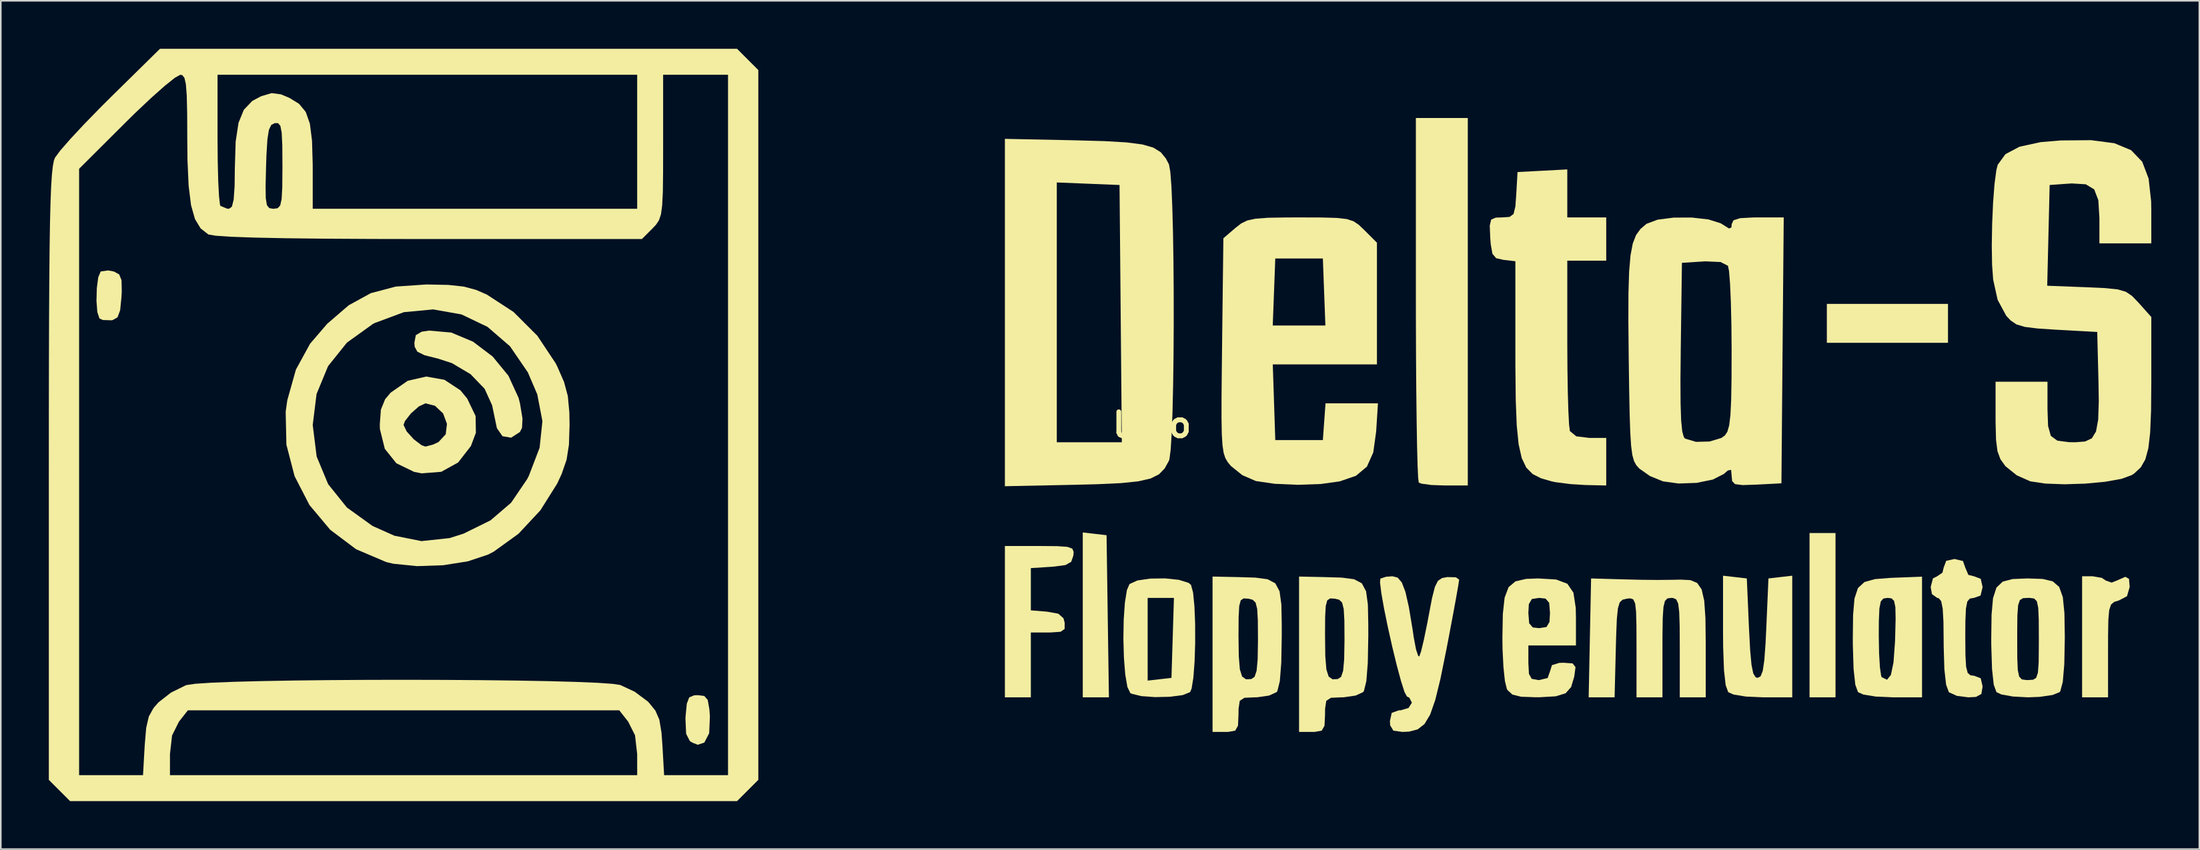
<source format=kicad_pcb>
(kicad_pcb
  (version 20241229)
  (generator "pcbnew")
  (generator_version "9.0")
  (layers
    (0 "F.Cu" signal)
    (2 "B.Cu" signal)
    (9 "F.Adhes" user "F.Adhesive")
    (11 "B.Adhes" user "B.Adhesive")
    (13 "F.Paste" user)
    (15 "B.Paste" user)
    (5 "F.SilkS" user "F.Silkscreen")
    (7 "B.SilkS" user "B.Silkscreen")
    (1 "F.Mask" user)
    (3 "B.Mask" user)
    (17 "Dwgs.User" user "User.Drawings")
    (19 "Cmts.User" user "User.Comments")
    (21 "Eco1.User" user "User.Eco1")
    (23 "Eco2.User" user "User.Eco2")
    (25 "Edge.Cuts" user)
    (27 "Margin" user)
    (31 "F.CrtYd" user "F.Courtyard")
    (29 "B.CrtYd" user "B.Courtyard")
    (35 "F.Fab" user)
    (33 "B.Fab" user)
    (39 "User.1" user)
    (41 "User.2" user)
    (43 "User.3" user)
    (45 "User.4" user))
  (footprint "logo"
    (layer "F.Cu")
    (at 68.904 23.509)
    (property "Reference" "logo" (at 0 0 0) (layer "F.SilkS") (effects (font (size 1.5 1.5) (thickness 0.3))))
    (attr board_only exclude_from_pos_files exclude_from_bom)
    (fp_poly (pts (xy -3.58 6.805) (xy -2.837 6.89) (xy -2.764 11.957) (xy -2.69 17.023) (xy -3.507 17.023) (xy -4.323 17.023) (xy -4.323 11.871) (xy -4.323 6.719)) (stroke (width 0) (type solid)) (fill yes) (layer "F.SilkS"))
    (fp_poly (pts (xy 42.694 11.889) (xy 42.694 17.023) (xy 41.883 17.023) (xy 41.072 17.023) (xy 41.072 11.889) (xy 41.072 6.755) (xy 41.883 6.755) (xy 42.694 6.755)) (stroke (width 0) (type solid)) (fill yes) (layer "F.SilkS"))
    (fp_poly (pts (xy 49.719 -6.35) (xy 49.719 -5.134) (xy 45.936 -5.134) (xy 42.153 -5.134) (xy 42.153 -6.35) (xy 42.153 -7.566) (xy 45.936 -7.566) (xy 49.719 -7.566)) (stroke (width 0) (type solid)) (fill yes) (layer "F.SilkS"))
    (fp_poly (pts (xy -27.964 16.94) (xy -27.749 17.186) (xy -27.646 17.766) (xy -27.613 18.213) (xy -27.658 19.267) (xy -27.961 19.851) (xy -28.372 19.987) (xy -28.691 19.862) (xy -28.862 19.763) (xy -29.098 19.301) (xy -29.14 18.349) (xy -29.132 18.213) (xy -29.055 17.419) (xy -28.905 17.027) (xy -28.601 16.898) (xy -28.372 16.888)) (stroke (width 0) (type solid)) (fill yes) (layer "F.SilkS"))
    (fp_poly (pts (xy 19.726 -7.701) (xy 19.726 3.783) (xy 18.284 3.783) (xy 17.443 3.752) (xy 16.84 3.671) (xy 16.663 3.603) (xy 16.625 3.303) (xy 16.589 2.519) (xy 16.557 1.309) (xy 16.53 -0.27) (xy 16.508 -2.16) (xy 16.492 -4.306) (xy 16.484 -6.649) (xy 16.483 -7.881) (xy 16.483 -19.185) (xy 18.104 -19.185) (xy 19.726 -19.185)) (stroke (width 0) (type solid)) (fill yes) (layer "F.SilkS"))
    (fp_poly (pts (xy -64.835 -9.588) (xy -64.511 -9.41) (xy -64.363 -9.048) (xy -64.348 -8.351) (xy -64.365 -8.016) (xy -64.448 -7.172) (xy -64.611 -6.73) (xy -64.912 -6.556) (xy -64.997 -6.541) (xy -65.534 -6.559) (xy -65.74 -6.654) (xy -65.874 -7.051) (xy -65.928 -7.752) (xy -65.907 -8.548) (xy -65.817 -9.231) (xy -65.665 -9.591) (xy -65.659 -9.594) (xy -65.202 -9.657)) (stroke (width 0) (type solid)) (fill yes) (layer "F.SilkS"))
    (fp_poly (pts (xy 59.328 9.557) (xy 59.582 9.728) (xy 59.941 9.852) (xy 60.256 9.728) (xy 60.798 9.491) (xy 61.025 9.62) (xy 61.068 10.128) (xy 60.899 10.704) (xy 60.393 10.968) (xy 60.096 11.061) (xy 59.903 11.228) (xy 59.789 11.569) (xy 59.735 12.186) (xy 59.718 13.176) (xy 59.717 14.08) (xy 59.717 17.023) (xy 58.906 17.023) (xy 58.096 17.023) (xy 58.096 13.24) (xy 58.096 9.457) (xy 58.755 9.457)) (stroke (width 0) (type solid)) (fill yes) (layer "F.SilkS"))
    (fp_poly (pts (xy -43.768 -5.775) (xy -42.41 -5.206) (xy -41.183 -4.277) (xy -40.198 -3.077) (xy -39.563 -1.693) (xy -39.477 -1.356) (xy -39.318 -0.399) (xy -39.348 0.185) (xy -39.48 0.44) (xy -40.029 0.796) (xy -40.57 0.703) (xy -40.916 0.202) (xy -40.932 0.135) (xy -41.105 -0.697) (xy -41.216 -1.229) (xy -41.684 -2.259) (xy -42.564 -3.175) (xy -43.729 -3.865) (xy -44.585 -4.142) (xy -45.44 -4.359) (xy -45.887 -4.58) (xy -46.054 -4.889) (xy -46.071 -5.14) (xy -45.983 -5.61) (xy -45.615 -5.829) (xy -45.15 -5.897)) (stroke (width 0) (type solid)) (fill yes) (layer "F.SilkS"))
    (fp_poly (pts (xy 39.991 13.222) (xy 39.991 17.023) (xy 38.154 17.023) (xy 37.104 16.976) (xy 36.326 16.849) (xy 35.992 16.699) (xy 35.833 16.262) (xy 35.727 15.317) (xy 35.675 13.852) (xy 35.668 12.898) (xy 35.668 9.422) (xy 36.411 9.507) (xy 37.154 9.593) (xy 37.289 12.7) (xy 37.362 14.075) (xy 37.446 14.991) (xy 37.556 15.529) (xy 37.706 15.771) (xy 37.83 15.807) (xy 38.013 15.712) (xy 38.148 15.372) (xy 38.247 14.706) (xy 38.325 13.633) (xy 38.37 12.7) (xy 38.505 9.593) (xy 39.248 9.507) (xy 39.991 9.422)) (stroke (width 0) (type solid)) (fill yes) (layer "F.SilkS"))
    (fp_poly (pts (xy -5.93 7.574) (xy -5.289 7.618) (xy -4.978 7.728) (xy -4.892 7.935) (xy -4.913 8.174) (xy -5.046 8.554) (xy -5.402 8.756) (xy -6.13 8.854) (xy -6.282 8.864) (xy -7.566 8.947) (xy -7.566 10.267) (xy -7.566 11.587) (xy -6.553 11.67) (xy -5.85 11.796) (xy -5.528 12.082) (xy -5.453 12.362) (xy -5.457 12.751) (xy -5.71 12.926) (xy -6.347 12.97) (xy -6.466 12.97) (xy -7.566 12.97) (xy -7.566 14.997) (xy -7.566 17.023) (xy -8.377 17.023) (xy -9.187 17.023) (xy -9.187 12.295) (xy -9.187 7.566) (xy -7.007 7.566)) (stroke (width 0) (type solid)) (fill yes) (layer "F.SilkS"))
    (fp_poly (pts (xy -44.195 -2.823) (xy -43.195 -2.164) (xy -42.771 -1.649) (xy -42.248 -0.557) (xy -42.23 0.489) (xy -42.541 1.317) (xy -43.338 2.346) (xy -44.392 2.928) (xy -45.618 3.025) (xy -46.086 2.934) (xy -47.197 2.394) (xy -47.919 1.491) (xy -48.224 0.261) (xy -48.232 0) (xy -46.747 0) (xy -46.552 0.407) (xy -46.107 0.898) (xy -45.617 1.27) (xy -45.378 1.351) (xy -44.922 1.233) (xy -44.567 1.071) (xy -44.114 0.582) (xy -44.036 -0.069) (xy -44.277 -0.717) (xy -44.783 -1.198) (xy -45.378 -1.351) (xy -45.79 -1.159) (xy -46.288 -0.72) (xy -46.665 -0.236) (xy -46.747 0) (xy -48.232 0) (xy -48.233 -0.016) (xy -48.163 -0.957) (xy -47.9 -1.607) (xy -47.55 -2.022) (xy -46.486 -2.761) (xy -45.33 -3.025)) (stroke (width 0) (type solid)) (fill yes) (layer "F.SilkS"))
    (fp_poly (pts (xy 1.683 9.68) (xy 2.29 9.87) (xy 2.438 9.998) (xy 2.566 10.472) (xy 2.651 11.325) (xy 2.695 12.421) (xy 2.698 13.621) (xy 2.661 14.789) (xy 2.586 15.787) (xy 2.475 16.476) (xy 2.378 16.699) (xy 1.921 16.883) (xy 1.127 16.988) (xy 0.195 17.01) (xy -0.676 16.946) (xy -1.289 16.793) (xy -1.351 16.759) (xy -1.535 16.381) (xy -1.669 15.599) (xy -1.753 14.546) (xy -1.786 13.358) (xy -1.766 12.167) (xy -1.693 11.109) (xy -1.645 10.809) (xy -0.27 10.809) (xy -0.27 13.393) (xy -0.27 15.978) (xy 0.473 15.893) (xy 1.216 15.807) (xy 1.294 13.308) (xy 1.371 10.809) (xy 0.551 10.809) (xy -0.27 10.809) (xy -1.645 10.809) (xy -1.565 10.316) (xy -1.405 9.944) (xy -0.909 9.719) (xy -0.104 9.602) (xy 0.822 9.589)) (stroke (width 0) (type solid)) (fill yes) (layer "F.SilkS"))
    (fp_poly (pts (xy 48.098 13.252) (xy 48.098 17.023) (xy 46.26 17.023) (xy 45.211 16.976) (xy 44.432 16.849) (xy 44.099 16.699) (xy 43.93 16.234) (xy 43.822 15.247) (xy 43.776 13.752) (xy 43.774 13.355) (xy 43.776 13.195) (xy 45.396 13.195) (xy 45.416 14.284) (xy 45.468 15.158) (xy 45.545 15.683) (xy 45.582 15.768) (xy 45.911 15.924) (xy 46.153 15.623) (xy 46.316 14.841) (xy 46.41 13.551) (xy 46.419 13.286) (xy 46.448 12.12) (xy 46.433 11.391) (xy 46.354 10.998) (xy 46.193 10.838) (xy 45.946 10.809) (xy 45.683 10.848) (xy 45.52 11.034) (xy 45.434 11.472) (xy 45.401 12.266) (xy 45.396 13.195) (xy 43.776 13.195) (xy 43.791 11.876) (xy 43.878 10.851) (xy 44.096 10.193) (xy 44.504 9.816) (xy 45.16 9.634) (xy 46.123 9.558) (xy 46.369 9.548) (xy 48.098 9.481)) (stroke (width 0) (type solid)) (fill yes) (layer "F.SilkS"))
    (fp_poly (pts (xy -4.796 -17.79) (xy -2.965 -17.739) (xy -1.595 -17.66) (xy -0.606 -17.532) (xy 0.081 -17.335) (xy 0.547 -17.047) (xy 0.871 -16.65) (xy 1.062 -16.282) (xy 1.144 -15.829) (xy 1.214 -14.917) (xy 1.269 -13.628) (xy 1.312 -12.042) (xy 1.341 -10.241) (xy 1.356 -8.307) (xy 1.358 -6.32) (xy 1.346 -4.361) (xy 1.321 -2.513) (xy 1.283 -0.857) (xy 1.231 0.527) (xy 1.166 1.557) (xy 1.087 2.152) (xy 1.062 2.231) (xy 0.791 2.721) (xy 0.436 3.086) (xy -0.084 3.346) (xy -0.847 3.522) (xy -1.934 3.635) (xy -3.423 3.704) (xy -4.796 3.739) (xy -9.187 3.829) (xy -9.187 -7.026) (xy -9.187 -15.156) (xy -5.945 -15.156) (xy -5.945 -7.037) (xy -5.945 1.081) (xy -3.914 1.081) (xy -1.883 1.081) (xy -1.955 -6.958) (xy -2.027 -14.997) (xy -3.986 -15.076) (xy -5.945 -15.156) (xy -9.187 -15.156) (xy -9.187 -17.881)) (stroke (width 0) (type solid)) (fill yes) (layer "F.SilkS"))
    (fp_poly (pts (xy 50.654 8.503) (xy 50.8 8.917) (xy 50.991 9.369) (xy 51.34 9.457) (xy 51.764 9.616) (xy 51.881 10.133) (xy 51.754 10.663) (xy 51.34 10.809) (xy 51.084 10.849) (xy 50.924 11.04) (xy 50.839 11.483) (xy 50.805 12.282) (xy 50.8 13.24) (xy 50.809 14.396) (xy 50.851 15.114) (xy 50.95 15.497) (xy 51.127 15.649) (xy 51.34 15.672) (xy 51.764 15.831) (xy 51.881 16.348) (xy 51.804 16.814) (xy 51.467 16.998) (xy 50.989 17.023) (xy 50.273 16.931) (xy 49.781 16.706) (xy 49.773 16.699) (xy 49.602 16.235) (xy 49.493 15.267) (xy 49.45 13.828) (xy 49.449 13.592) (xy 49.436 12.31) (xy 49.389 11.481) (xy 49.295 11.016) (xy 49.142 10.827) (xy 49.044 10.809) (xy 48.718 10.574) (xy 48.638 10.133) (xy 48.779 9.59) (xy 49.044 9.457) (xy 49.374 9.232) (xy 49.449 8.917) (xy 49.607 8.493) (xy 50.124 8.377)) (stroke (width 0) (type solid)) (fill yes) (layer "F.SilkS"))
    (fp_poly (pts (xy 29.183 9.643) (xy 30.528 9.677) (xy 31.578 9.687) (xy 32.579 9.677) (xy 33.026 9.667) (xy 33.629 9.698) (xy 34.054 9.876) (xy 34.332 10.28) (xy 34.494 10.987) (xy 34.569 12.075) (xy 34.587 13.623) (xy 34.587 13.679) (xy 34.587 17.023) (xy 33.777 17.023) (xy 32.966 17.023) (xy 32.966 13.916) (xy 32.96 12.581) (xy 32.932 11.695) (xy 32.867 11.166) (xy 32.747 10.903) (xy 32.558 10.816) (xy 32.426 10.809) (xy 32.193 10.841) (xy 32.039 11.001) (xy 31.947 11.379) (xy 31.902 12.067) (xy 31.886 13.156) (xy 31.885 13.916) (xy 31.885 17.023) (xy 31.074 17.023) (xy 30.264 17.023) (xy 30.264 13.897) (xy 30.26 12.561) (xy 30.237 11.676) (xy 30.178 11.153) (xy 30.063 10.903) (xy 29.876 10.837) (xy 29.656 10.857) (xy 29.392 10.922) (xy 29.214 11.09) (xy 29.103 11.456) (xy 29.036 12.118) (xy 28.993 13.169) (xy 28.971 13.984) (xy 28.895 17.023) (xy 28.086 17.023) (xy 27.276 17.023) (xy 27.351 13.308) (xy 27.427 9.593)) (stroke (width 0) (type solid)) (fill yes) (layer "F.SilkS"))
    (fp_poly (pts (xy 5.337 9.508) (xy 6.452 9.541) (xy 7.219 9.642) (xy 7.703 9.898) (xy 7.968 10.395) (xy 8.081 11.22) (xy 8.106 12.46) (xy 8.106 13.18) (xy 8.076 14.859) (xy 7.986 16.007) (xy 7.835 16.623) (xy 7.782 16.699) (xy 7.313 16.913) (xy 6.577 17.02) (xy 6.431 17.023) (xy 5.774 17.052) (xy 5.482 17.241) (xy 5.407 17.747) (xy 5.404 18.104) (xy 5.372 18.797) (xy 5.199 19.105) (xy 4.768 19.183) (xy 4.594 19.185) (xy 3.783 19.185) (xy 3.783 14.33) (xy 3.783 13.177) (xy 5.404 13.177) (xy 5.421 14.451) (xy 5.488 15.272) (xy 5.63 15.725) (xy 5.873 15.896) (xy 6.202 15.881) (xy 6.407 15.745) (xy 6.534 15.37) (xy 6.6 14.658) (xy 6.62 13.514) (xy 6.62 13.372) (xy 6.612 12.218) (xy 6.571 11.497) (xy 6.471 11.101) (xy 6.285 10.923) (xy 6.012 10.857) (xy 5.723 10.841) (xy 5.544 10.961) (xy 5.449 11.316) (xy 5.411 12.008) (xy 5.404 13.138) (xy 5.404 13.177) (xy 3.783 13.177) (xy 3.783 9.475)) (stroke (width 0) (type solid)) (fill yes) (layer "F.SilkS"))
    (fp_poly (pts (xy 10.741 9.508) (xy 11.857 9.541) (xy 12.624 9.642) (xy 13.107 9.898) (xy 13.372 10.395) (xy 13.485 11.22) (xy 13.51 12.46) (xy 13.511 13.18) (xy 13.48 14.859) (xy 13.39 16.007) (xy 13.239 16.623) (xy 13.186 16.699) (xy 12.718 16.913) (xy 11.981 17.02) (xy 11.835 17.023) (xy 11.178 17.052) (xy 10.886 17.241) (xy 10.811 17.747) (xy 10.809 18.104) (xy 10.776 18.797) (xy 10.603 19.105) (xy 10.172 19.183) (xy 9.998 19.185) (xy 9.187 19.185) (xy 9.187 14.33) (xy 9.187 13.177) (xy 10.809 13.177) (xy 10.825 14.451) (xy 10.892 15.272) (xy 11.034 15.725) (xy 11.277 15.896) (xy 11.606 15.881) (xy 11.811 15.745) (xy 11.938 15.37) (xy 12.004 14.658) (xy 12.024 13.514) (xy 12.024 13.372) (xy 12.017 12.218) (xy 11.975 11.497) (xy 11.875 11.101) (xy 11.69 10.923) (xy 11.416 10.857) (xy 11.127 10.841) (xy 10.948 10.961) (xy 10.853 11.316) (xy 10.815 12.008) (xy 10.809 13.138) (xy 10.809 13.177) (xy 9.187 13.177) (xy 9.187 9.475)) (stroke (width 0) (type solid)) (fill yes) (layer "F.SilkS"))
    (fp_poly (pts (xy 25.94 -14.47) (xy 25.94 -12.97) (xy 27.156 -12.97) (xy 28.372 -12.97) (xy 28.372 -11.619) (xy 28.372 -10.268) (xy 27.156 -10.268) (xy 25.94 -10.268) (xy 25.94 -5.156) (xy 25.949 -3.525) (xy 25.972 -2.063) (xy 26.008 -0.863) (xy 26.052 -0.017) (xy 26.104 0.382) (xy 26.104 0.383) (xy 26.502 0.71) (xy 27.32 0.811) (xy 28.372 0.811) (xy 28.372 2.297) (xy 28.372 3.783) (xy 27.089 3.755) (xy 26.107 3.694) (xy 25.202 3.576) (xy 24.971 3.528) (xy 24.3 3.334) (xy 23.776 3.068) (xy 23.379 2.666) (xy 23.093 2.066) (xy 22.9 1.204) (xy 22.782 0.018) (xy 22.721 -1.556) (xy 22.699 -3.581) (xy 22.698 -4.567) (xy 22.698 -10.232) (xy 21.955 -10.318) (xy 21.5 -10.421) (xy 21.265 -10.695) (xy 21.159 -11.292) (xy 21.129 -11.687) (xy 21.097 -12.46) (xy 21.186 -12.836) (xy 21.477 -12.959) (xy 21.858 -12.97) (xy 22.332 -13.001) (xy 22.583 -13.184) (xy 22.698 -13.655) (xy 22.751 -14.389) (xy 22.833 -15.807) (xy 24.387 -15.888) (xy 25.94 -15.97)) (stroke (width 0) (type solid)) (fill yes) (layer "F.SilkS"))
    (fp_poly (pts (xy 15.342 9.54) (xy 15.602 9.838) (xy 15.828 10.426) (xy 16.044 11.378) (xy 16.276 12.77) (xy 16.358 13.32) (xy 16.494 14.036) (xy 16.631 14.437) (xy 16.696 14.469) (xy 16.807 14.153) (xy 16.98 13.434) (xy 17.184 12.443) (xy 17.276 11.957) (xy 17.491 10.827) (xy 17.67 10.124) (xy 17.862 9.74) (xy 18.118 9.569) (xy 18.446 9.507) (xy 18.981 9.521) (xy 19.185 9.665) (xy 19.136 10.002) (xy 19.001 10.773) (xy 18.798 11.88) (xy 18.544 13.228) (xy 18.381 14.074) (xy 18.019 15.861) (xy 17.696 17.181) (xy 17.375 18.103) (xy 17.019 18.695) (xy 16.593 19.027) (xy 16.058 19.166) (xy 15.642 19.185) (xy 15.077 19.106) (xy 14.877 18.773) (xy 14.862 18.51) (xy 14.973 17.995) (xy 15.413 17.837) (xy 15.537 17.834) (xy 16.027 17.685) (xy 16.233 17.36) (xy 16.074 17.044) (xy 15.924 16.972) (xy 15.773 16.691) (xy 15.552 15.997) (xy 15.286 15.009) (xy 15.004 13.848) (xy 14.732 12.631) (xy 14.496 11.479) (xy 14.325 10.51) (xy 14.244 9.843) (xy 14.265 9.604) (xy 14.623 9.487) (xy 15.019 9.457)) (stroke (width 0) (type solid)) (fill yes) (layer "F.SilkS"))
    (fp_poly (pts (xy 25.242 9.659) (xy 25.945 9.924) (xy 26.323 10.481) (xy 26.468 11.428) (xy 26.481 12.058) (xy 26.481 13.781) (xy 24.995 13.781) (xy 23.509 13.781) (xy 23.509 14.862) (xy 23.545 15.558) (xy 23.719 15.868) (xy 24.125 15.942) (xy 24.184 15.943) (xy 24.714 15.816) (xy 24.86 15.402) (xy 24.981 15.013) (xy 25.438 14.87) (xy 25.704 14.862) (xy 26.273 14.903) (xy 26.454 15.136) (xy 26.375 15.726) (xy 26.18 16.381) (xy 25.835 16.77) (xy 25.217 16.96) (xy 24.206 17.018) (xy 23.991 17.019) (xy 23.055 16.986) (xy 22.51 16.85) (xy 22.208 16.572) (xy 22.167 16.501) (xy 22.046 16.014) (xy 21.952 15.133) (xy 21.896 14.007) (xy 21.887 13.31) (xy 21.914 11.823) (xy 21.921 11.754) (xy 23.509 11.754) (xy 23.559 12.394) (xy 23.786 12.656) (xy 24.184 12.7) (xy 24.641 12.629) (xy 24.828 12.311) (xy 24.86 11.754) (xy 24.809 11.115) (xy 24.582 10.853) (xy 24.184 10.809) (xy 23.727 10.879) (xy 23.54 11.197) (xy 23.509 11.754) (xy 21.921 11.754) (xy 22.026 10.793) (xy 22.273 10.137) (xy 22.705 9.774) (xy 23.372 9.62) (xy 24.121 9.593)) (stroke (width 0) (type solid)) (fill yes) (layer "F.SilkS"))
    (fp_poly (pts (xy 55.629 9.624) (xy 56.262 9.774) (xy 56.666 10.125) (xy 56.892 10.761) (xy 56.992 11.764) (xy 57.015 13.218) (xy 57.015 13.355) (xy 56.983 14.96) (xy 56.889 16.061) (xy 56.733 16.642) (xy 56.691 16.699) (xy 56.254 16.876) (xy 55.459 16.993) (xy 54.718 17.023) (xy 53.769 16.972) (xy 53.041 16.839) (xy 52.746 16.699) (xy 52.577 16.234) (xy 52.469 15.247) (xy 52.423 13.752) (xy 52.421 13.376) (xy 54.043 13.376) (xy 54.047 14.565) (xy 54.079 15.315) (xy 54.165 15.727) (xy 54.331 15.902) (xy 54.604 15.942) (xy 54.718 15.943) (xy 55.031 15.925) (xy 55.228 15.804) (xy 55.337 15.478) (xy 55.383 14.848) (xy 55.393 13.81) (xy 55.394 13.376) (xy 55.389 12.186) (xy 55.357 11.436) (xy 55.271 11.024) (xy 55.105 10.849) (xy 54.832 10.809) (xy 54.718 10.809) (xy 54.405 10.826) (xy 54.208 10.947) (xy 54.099 11.273) (xy 54.053 11.904) (xy 54.043 12.941) (xy 54.043 13.376) (xy 52.421 13.376) (xy 52.421 13.355) (xy 52.441 11.862) (xy 52.532 10.826) (xy 52.747 10.164) (xy 53.135 9.793) (xy 53.747 9.631) (xy 54.635 9.593) (xy 54.718 9.593)) (stroke (width 0) (type solid)) (fill yes) (layer "F.SilkS"))
    (fp_poly (pts (xy 10.595 -12.966) (xy 11.539 -12.939) (xy 12.167 -12.868) (xy 12.591 -12.73) (xy 12.923 -12.504) (xy 13.261 -12.18) (xy 14.051 -11.391) (xy 14.051 -7.587) (xy 14.051 -3.783) (xy 10.798 -3.783) (xy 7.545 -3.783) (xy 7.623 -1.419) (xy 7.701 0.946) (xy 9.187 0.946) (xy 10.673 0.946) (xy 10.756 -0.203) (xy 10.84 -1.351) (xy 12.477 -1.351) (xy 14.114 -1.351) (xy 14.002 0.411) (xy 13.821 1.718) (xy 13.425 2.605) (xy 12.74 3.177) (xy 11.727 3.526) (xy 10.551 3.69) (xy 9.109 3.741) (xy 7.665 3.678) (xy 6.489 3.506) (xy 5.643 3.138) (xy 4.925 2.561) (xy 4.923 2.558) (xy 4.73 2.322) (xy 4.583 2.073) (xy 4.475 1.742) (xy 4.403 1.259) (xy 4.36 0.555) (xy 4.343 -0.44) (xy 4.345 -1.793) (xy 4.362 -3.575) (xy 4.378 -4.918) (xy 4.393 -6.215) (xy 7.543 -6.215) (xy 9.187 -6.215) (xy 10.831 -6.215) (xy 10.752 -8.309) (xy 10.673 -10.403) (xy 9.187 -10.403) (xy 7.701 -10.403) (xy 7.622 -8.309) (xy 7.543 -6.215) (xy 4.393 -6.215) (xy 4.459 -11.667) (xy 5.217 -12.318) (xy 5.574 -12.595) (xy 5.956 -12.781) (xy 6.475 -12.892) (xy 7.244 -12.949) (xy 8.377 -12.968) (xy 9.223 -12.97)) (stroke (width 0) (type solid)) (fill yes) (layer "F.SilkS"))
    (fp_poly (pts (xy -43.948 -8.752) (xy -42.993 -8.649) (xy -42.216 -8.44) (xy -41.545 -8.148) (xy -39.875 -7.06) (xy -38.394 -5.579) (xy -37.245 -3.852) (xy -37.152 -3.667) (xy -36.724 -2.69) (xy -36.487 -1.807) (xy -36.391 -0.775) (xy -36.379 0) (xy -36.417 1.234) (xy -36.565 2.175) (xy -36.874 3.067) (xy -37.152 3.667) (xy -38.201 5.336) (xy -39.568 6.801) (xy -41.106 7.912) (xy -41.47 8.103) (xy -42.725 8.522) (xy -44.276 8.768) (xy -45.902 8.824) (xy -47.381 8.675) (xy -47.829 8.569) (xy -49.713 7.767) (xy -51.328 6.552) (xy -52.625 5.004) (xy -53.553 3.204) (xy -54.065 1.233) (xy -54.092 0) (xy -52.421 0) (xy -52.176 1.972) (xy -51.456 3.703) (xy -50.286 5.16) (xy -48.687 6.312) (xy -47.319 6.923) (xy -45.628 7.259) (xy -43.874 7.071) (xy -42.999 6.793) (xy -41.315 5.962) (xy -40.03 4.861) (xy -39.03 3.389) (xy -38.919 3.174) (xy -38.249 1.422) (xy -38.074 -0.236) (xy -38.394 -1.909) (xy -38.984 -3.286) (xy -40.1 -4.918) (xy -41.507 -6.133) (xy -43.13 -6.908) (xy -44.896 -7.221) (xy -46.73 -7.048) (xy -48.558 -6.367) (xy -48.668 -6.308) (xy -50.283 -5.147) (xy -51.462 -3.676) (xy -52.182 -1.934) (xy -52.421 0) (xy -54.092 0) (xy -54.11 -0.829) (xy -54.009 -1.545) (xy -53.472 -3.459) (xy -52.586 -5.077) (xy -51.517 -6.322) (xy -50.173 -7.48) (xy -48.795 -8.236) (xy -47.234 -8.649) (xy -45.336 -8.779) (xy -45.261 -8.779)) (stroke (width 0) (type solid)) (fill yes) (layer "F.SilkS"))
    (fp_poly (pts (xy 39.387 -4.661) (xy 39.316 3.648) (xy 37.762 3.729) (xy 36.887 3.758) (xy 36.421 3.7) (xy 36.238 3.512) (xy 36.209 3.214) (xy 36.172 2.806) (xy 35.972 2.844) (xy 35.716 3.064) (xy 35.031 3.413) (xy 34.023 3.62) (xy 32.895 3.66) (xy 31.92 3.526) (xy 31.102 3.193) (xy 30.434 2.723) (xy 30.251 2.516) (xy 30.111 2.262) (xy 30.006 1.89) (xy 29.929 1.329) (xy 29.875 0.509) (xy 29.836 -0.639) (xy 29.805 -2.187) (xy 29.797 -2.796) (xy 33.009 -2.796) (xy 33.017 -1.327) (xy 33.052 -0.283) (xy 33.119 0.394) (xy 33.22 0.76) (xy 33.298 0.854) (xy 33.98 1.056) (xy 34.83 1.034) (xy 35.568 0.811) (xy 35.784 0.656) (xy 35.939 0.423) (xy 36.052 0.027) (xy 36.129 -0.606) (xy 36.176 -1.553) (xy 36.199 -2.889) (xy 36.204 -4.68) (xy 36.191 -6.273) (xy 36.157 -7.69) (xy 36.106 -8.838) (xy 36.042 -9.624) (xy 35.976 -9.947) (xy 35.514 -10.183) (xy 34.562 -10.225) (xy 34.426 -10.217) (xy 33.101 -10.133) (xy 33.028 -4.748) (xy 33.009 -2.796) (xy 29.797 -2.796) (xy 29.777 -4.203) (xy 29.777 -4.24) (xy 29.755 -6.476) (xy 29.761 -8.238) (xy 29.803 -9.592) (xy 29.89 -10.604) (xy 30.03 -11.339) (xy 30.234 -11.865) (xy 30.509 -12.246) (xy 30.864 -12.549) (xy 30.902 -12.576) (xy 31.583 -12.83) (xy 32.588 -12.959) (xy 33.713 -12.963) (xy 34.757 -12.845) (xy 35.517 -12.606) (xy 35.608 -12.55) (xy 36.042 -12.28) (xy 36.193 -12.343) (xy 36.209 -12.55) (xy 36.32 -12.791) (xy 36.728 -12.922) (xy 37.538 -12.968) (xy 37.834 -12.97) (xy 39.459 -12.97)) (stroke (width 0) (type solid)) (fill yes) (layer "F.SilkS"))
    (fp_poly (pts (xy 60.109 -17.609) (xy 61.156 -17.174) (xy 61.851 -16.451) (xy 62.251 -15.397) (xy 62.409 -13.97) (xy 62.418 -13.443) (xy 62.419 -11.349) (xy 60.798 -11.349) (xy 59.177 -11.349) (xy 59.177 -12.937) (xy 59.109 -14.05) (xy 58.852 -14.722) (xy 58.326 -15.041) (xy 57.453 -15.094) (xy 57.238 -15.081) (xy 56.069 -14.997) (xy 55.993 -11.849) (xy 55.917 -8.701) (xy 58.38 -8.606) (xy 59.553 -8.552) (xy 60.325 -8.471) (xy 60.833 -8.322) (xy 61.215 -8.063) (xy 61.61 -7.653) (xy 61.631 -7.629) (xy 62.419 -6.747) (xy 62.419 -2.715) (xy 62.404 -0.896) (xy 62.348 0.467) (xy 62.234 1.457) (xy 62.044 2.156) (xy 61.762 2.649) (xy 61.369 3.017) (xy 61.21 3.128) (xy 60.565 3.367) (xy 59.541 3.55) (xy 58.299 3.667) (xy 56.997 3.708) (xy 55.797 3.664) (xy 54.857 3.523) (xy 54.017 3.149) (xy 53.309 2.58) (xy 53.304 2.573) (xy 52.996 2.145) (xy 52.811 1.647) (xy 52.72 0.932) (xy 52.692 -0.147) (xy 52.691 -0.42) (xy 52.691 -2.702) (xy 54.313 -2.702) (xy 55.934 -2.702) (xy 55.934 -0.975) (xy 55.971 0.068) (xy 56.144 0.683) (xy 56.548 0.982) (xy 57.278 1.076) (xy 57.679 1.081) (xy 58.286 1.033) (xy 58.704 0.836) (xy 58.965 0.408) (xy 59.1 -0.33) (xy 59.138 -1.46) (xy 59.118 -2.741) (xy 59.041 -5.81) (xy 56.514 -5.95) (xy 55.309 -6.029) (xy 54.514 -6.128) (xy 53.998 -6.283) (xy 53.632 -6.531) (xy 53.36 -6.819) (xy 52.819 -7.821) (xy 52.54 -9.089) (xy 52.473 -10.015) (xy 52.454 -11.217) (xy 52.477 -12.553) (xy 52.535 -13.877) (xy 52.624 -15.047) (xy 52.738 -15.917) (xy 52.826 -16.264) (xy 53.311 -16.926) (xy 54.189 -17.39) (xy 55.507 -17.676) (xy 56.745 -17.781) (xy 58.657 -17.798)) (stroke (width 0) (type solid)) (fill yes) (layer "F.SilkS"))
    (fp_poly (pts (xy -25.253 -22.845) (xy -24.589 -22.182) (xy -24.589 0) (xy -24.589 22.182) (xy -25.253 22.845) (xy -25.916 23.509) (xy -46.747 23.509) (xy -67.578 23.509) (xy -68.241 22.845) (xy -68.904 22.182) (xy -68.904 21.887) (xy -67.013 21.887) (xy -65.017 21.887) (xy -63.021 21.887) (xy -61.338 21.887) (xy -46.747 21.887) (xy -32.155 21.887) (xy -32.155 20.573) (xy -32.29 19.395) (xy -32.715 18.546) (xy -33.275 17.834) (xy -46.747 17.834) (xy -60.218 17.834) (xy -60.778 18.546) (xy -61.207 19.407) (xy -61.338 20.573) (xy -61.338 21.887) (xy -63.021 21.887) (xy -62.914 20.005) (xy -62.823 18.935) (xy -62.66 18.225) (xy -62.367 17.695) (xy -62.06 17.341) (xy -61.274 16.727) (xy -60.361 16.277) (xy -60.28 16.252) (xy -59.75 16.175) (xy -58.747 16.109) (xy -57.339 16.053) (xy -55.595 16.008) (xy -53.583 15.972) (xy -51.371 15.947) (xy -49.026 15.932) (xy -46.617 15.928) (xy -44.212 15.934) (xy -41.878 15.95) (xy -39.684 15.976) (xy -37.697 16.012) (xy -35.986 16.059) (xy -34.619 16.116) (xy -33.663 16.183) (xy -33.213 16.252) (xy -32.311 16.672) (xy -31.494 17.281) (xy -31.434 17.341) (xy -31.018 17.853) (xy -30.771 18.42) (xy -30.637 19.223) (xy -30.579 20.005) (xy -30.473 21.887) (xy -28.477 21.887) (xy -26.481 21.887) (xy -26.481 0) (xy -26.481 -21.887) (xy -28.507 -21.887) (xy -30.534 -21.887) (xy -30.534 -17.416) (xy -30.537 -15.765) (xy -30.552 -14.566) (xy -30.593 -13.73) (xy -30.668 -13.169) (xy -30.792 -12.795) (xy -30.974 -12.52) (xy -31.197 -12.282) (xy -31.861 -11.619) (xy -45.131 -11.619) (xy -48.663 -11.625) (xy -51.663 -11.642) (xy -54.137 -11.67) (xy -56.094 -11.711) (xy -57.54 -11.763) (xy -58.483 -11.827) (xy -58.93 -11.903) (xy -58.947 -11.911) (xy -59.423 -12.284) (xy -59.776 -12.868) (xy -60.021 -13.733) (xy -60.172 -14.949) (xy -60.245 -16.585) (xy -60.257 -17.96) (xy -60.264 -19.507) (xy -60.29 -20.592) (xy -60.343 -21.294) (xy -60.433 -21.691) (xy -60.567 -21.861) (xy -60.69 -21.887) (xy -58.366 -21.887) (xy -58.366 -17.879) (xy -58.354 -16.459) (xy -58.323 -15.235) (xy -58.275 -14.307) (xy -58.215 -13.775) (xy -58.186 -13.691) (xy -57.776 -13.521) (xy -57.645 -13.511) (xy -57.469 -13.644) (xy -57.357 -14.097) (xy -57.3 -14.933) (xy -55.365 -14.933) (xy -55.353 -14.165) (xy -55.283 -13.738) (xy -55.137 -13.553) (xy -54.897 -13.511) (xy -54.863 -13.511) (xy -54.613 -13.545) (xy -54.453 -13.715) (xy -54.363 -14.117) (xy -54.323 -14.848) (xy -54.313 -16.007) (xy -54.313 -16.233) (xy -54.321 -17.469) (xy -54.359 -18.258) (xy -54.441 -18.691) (xy -54.584 -18.861) (xy -54.786 -18.864) (xy -55.009 -18.751) (xy -55.157 -18.449) (xy -55.251 -17.859) (xy -55.311 -16.882) (xy -55.336 -16.142) (xy -55.365 -14.933) (xy -57.3 -14.933) (xy -57.3 -14.944) (xy -57.285 -16.091) (xy -57.234 -17.708) (xy -57.057 -18.88) (xy -56.724 -19.697) (xy -56.202 -20.246) (xy -55.657 -20.539) (xy -54.991 -20.739) (xy -54.398 -20.661) (xy -53.882 -20.443) (xy -53.274 -20.07) (xy -52.857 -19.564) (xy -52.598 -18.828) (xy -52.464 -17.763) (xy -52.422 -16.271) (xy -52.421 -16.06) (xy -52.421 -13.511) (xy -42.288 -13.511) (xy -32.155 -13.511) (xy -32.155 -17.699) (xy -32.155 -21.887) (xy -45.261 -21.887) (xy -58.366 -21.887) (xy -60.69 -21.887) (xy -61.023 -21.704) (xy -61.655 -21.2) (xy -62.51 -20.441) (xy -63.512 -19.495) (xy -64.067 -18.948) (xy -67.013 -16.009) (xy -67.013 2.939) (xy -67.013 21.887) (xy -68.904 21.887) (xy -68.904 3.106) (xy -68.903 -0.66) (xy -68.898 -3.923) (xy -68.889 -6.717) (xy -68.875 -9.078) (xy -68.856 -11.043) (xy -68.831 -12.648) (xy -68.798 -13.928) (xy -68.759 -14.92) (xy -68.71 -15.659) (xy -68.653 -16.181) (xy -68.587 -16.523) (xy -68.522 -16.699) (xy -68.201 -17.136) (xy -67.567 -17.864) (xy -66.697 -18.798) (xy -65.667 -19.855) (xy -65.051 -20.469) (xy -61.962 -23.509) (xy -43.939 -23.509) (xy -25.916 -23.509)) (stroke (width 0) (type solid)) (fill yes) (layer "F.SilkS")))
  (gr_rect
    (start -3 -3)
    (end 134.323 50.017)
    (stroke (width 0.1) (type default))
    (fill no)
    (layer "Edge.Cuts")))
</source>
